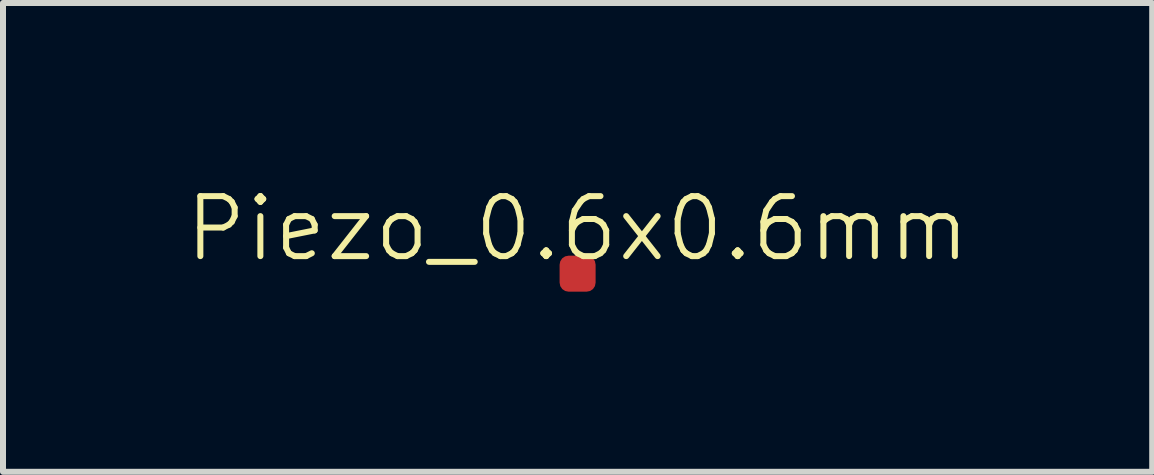
<source format=kicad_pcb>
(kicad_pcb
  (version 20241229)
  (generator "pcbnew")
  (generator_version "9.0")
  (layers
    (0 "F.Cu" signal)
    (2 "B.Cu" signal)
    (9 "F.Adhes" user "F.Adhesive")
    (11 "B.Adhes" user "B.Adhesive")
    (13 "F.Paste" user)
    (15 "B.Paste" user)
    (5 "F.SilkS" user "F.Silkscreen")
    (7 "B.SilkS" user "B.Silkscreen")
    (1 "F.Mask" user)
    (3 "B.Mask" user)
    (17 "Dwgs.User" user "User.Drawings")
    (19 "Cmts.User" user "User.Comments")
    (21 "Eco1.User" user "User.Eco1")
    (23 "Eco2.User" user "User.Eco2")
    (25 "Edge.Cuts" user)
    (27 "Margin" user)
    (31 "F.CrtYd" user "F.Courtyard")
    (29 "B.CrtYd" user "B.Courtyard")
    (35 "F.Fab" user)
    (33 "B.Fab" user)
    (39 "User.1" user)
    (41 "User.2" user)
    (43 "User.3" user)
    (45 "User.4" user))
  (footprint "Piezo_0.6x0.6mm"
    (layer "F.Cu")
    (at 6.574 1.51)
    (property "Reference" "Piezo_0.6x0.6mm" (at 0 -0.75 0) (unlocked yes) (layer "F.SilkS") (effects (font (size 1 1) (thickness 0.1))))
    (attr smd)
    (pad "1" smd roundrect (at 0 0) (size 0.6 0.6) (layers "F.Cu" "F.Mask" "F.Paste") (roundrect_rratio 0.25)))
  (gr_rect
    (start -3 -3)
    (end 16.148 4.811)
    (stroke (width 0.1) (type default))
    (fill no)
    (layer "Edge.Cuts")))
</source>
